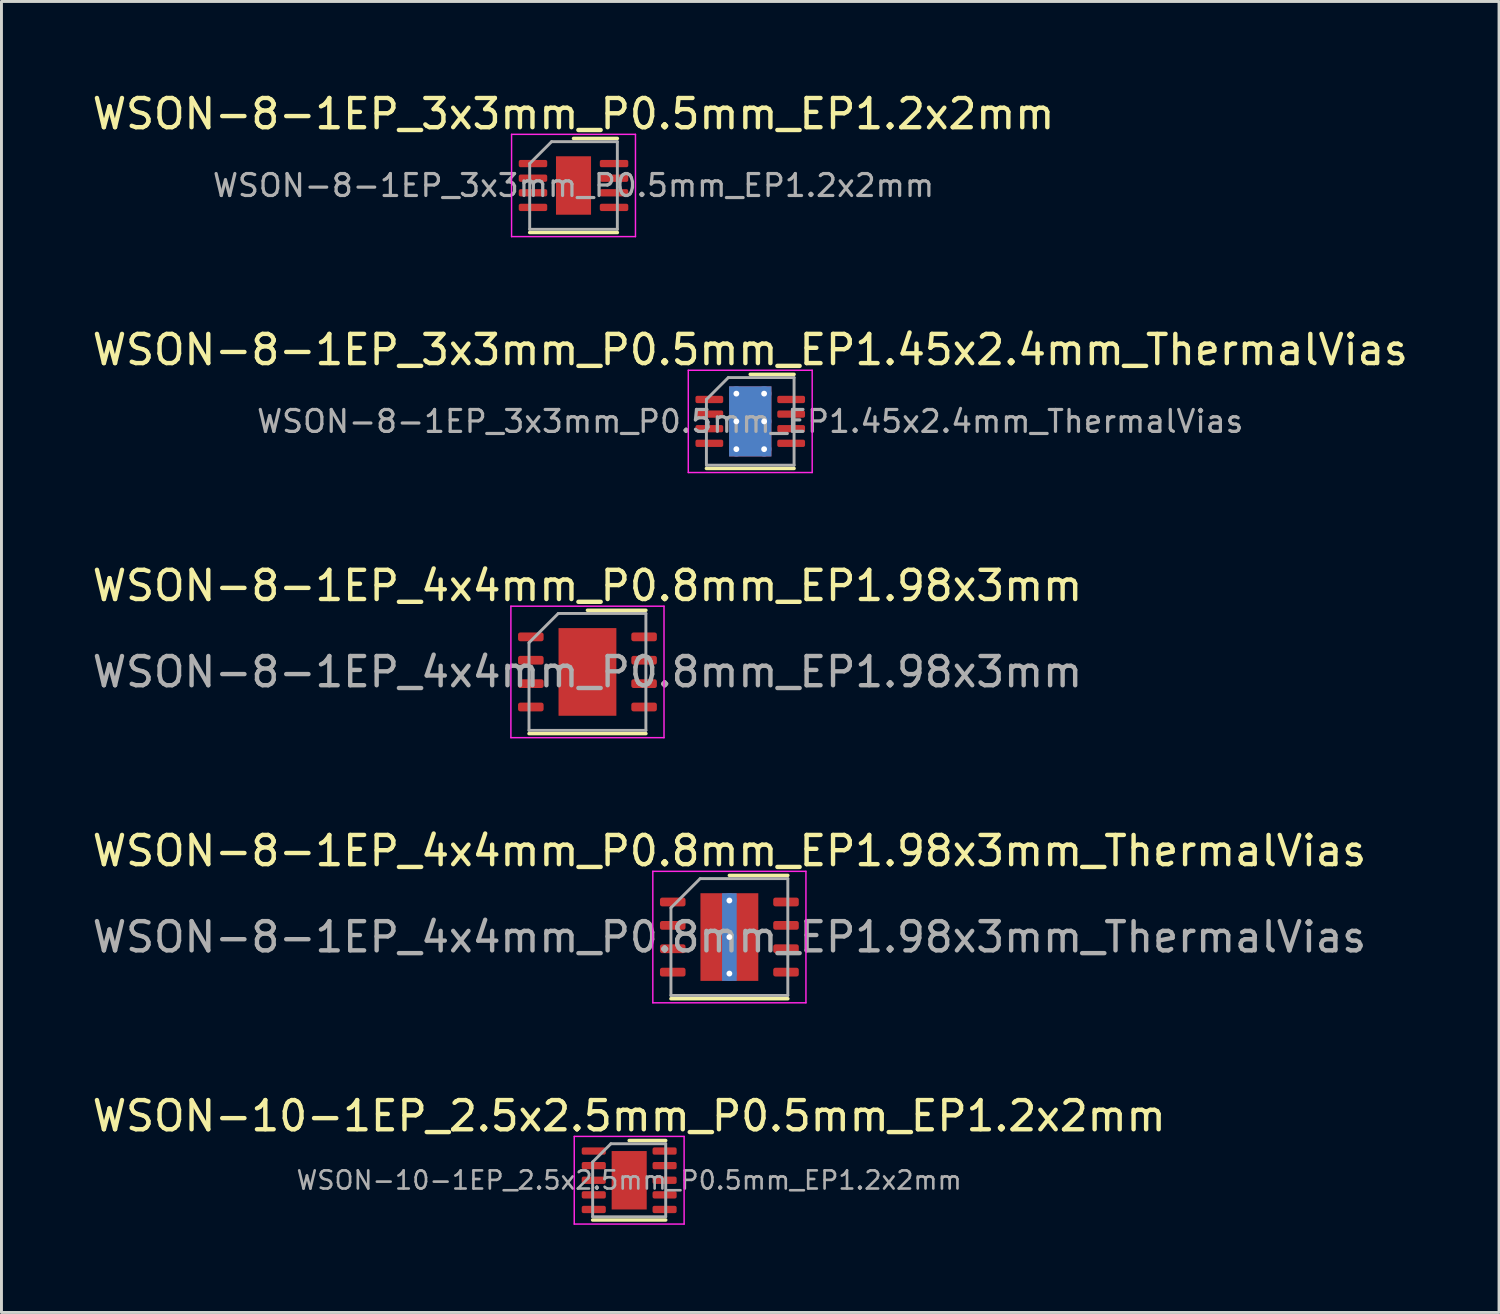
<source format=kicad_pcb>
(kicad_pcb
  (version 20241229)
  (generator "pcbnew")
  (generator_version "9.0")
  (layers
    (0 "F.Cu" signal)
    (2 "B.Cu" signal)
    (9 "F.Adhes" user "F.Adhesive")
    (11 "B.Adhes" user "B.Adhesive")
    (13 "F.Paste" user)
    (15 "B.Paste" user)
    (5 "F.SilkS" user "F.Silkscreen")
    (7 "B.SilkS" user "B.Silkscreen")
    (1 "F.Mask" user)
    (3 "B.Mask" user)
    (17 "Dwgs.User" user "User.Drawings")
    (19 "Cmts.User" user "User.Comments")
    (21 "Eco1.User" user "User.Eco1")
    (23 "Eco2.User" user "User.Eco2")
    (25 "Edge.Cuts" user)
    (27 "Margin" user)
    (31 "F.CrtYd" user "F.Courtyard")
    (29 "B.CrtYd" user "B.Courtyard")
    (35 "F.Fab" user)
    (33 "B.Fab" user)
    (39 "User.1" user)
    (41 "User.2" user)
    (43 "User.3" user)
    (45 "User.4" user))
  (footprint "WSON-8-1EP_3x3mm_P0.5mm_EP1.2x2mm"
    (layer "F.Cu")
    (at 16.577 3.298)
    (property "Reference" "WSON-8-1EP_3x3mm_P0.5mm_EP1.2x2mm" (at 0 -2.45 0) (layer "F.SilkS") (effects (font (size 1 1) (thickness 0.15))))
    (attr smd)
    (fp_line (start -1.5 1.61) (end 1.5 1.61) (stroke (width 0.12) (type solid)) (layer "F.SilkS"))
    (fp_line (start 0 -1.61) (end 1.5 -1.61) (stroke (width 0.12) (type solid)) (layer "F.SilkS"))
    (fp_line (start -2.12 -1.75) (end -2.12 1.75) (stroke (width 0.05) (type solid)) (layer "F.CrtYd"))
    (fp_line (start -2.12 1.75) (end 2.12 1.75) (stroke (width 0.05) (type solid)) (layer "F.CrtYd"))
    (fp_line (start 2.12 -1.75) (end -2.12 -1.75) (stroke (width 0.05) (type solid)) (layer "F.CrtYd"))
    (fp_line (start 2.12 1.75) (end 2.12 -1.75) (stroke (width 0.05) (type solid)) (layer "F.CrtYd"))
    (fp_line (start -1.5 -0.75) (end -0.75 -1.5) (stroke (width 0.1) (type solid)) (layer "F.Fab"))
    (fp_line (start -1.5 1.5) (end -1.5 -0.75) (stroke (width 0.1) (type solid)) (layer "F.Fab"))
    (fp_line (start -0.75 -1.5) (end 1.5 -1.5) (stroke (width 0.1) (type solid)) (layer "F.Fab"))
    (fp_line (start 1.5 -1.5) (end 1.5 1.5) (stroke (width 0.1) (type solid)) (layer "F.Fab"))
    (fp_line (start 1.5 1.5) (end -1.5 1.5) (stroke (width 0.1) (type solid)) (layer "F.Fab"))
    (fp_text user "${REFERENCE}" (at 0 0 0) (layer "F.Fab") (effects (font (size 0.75 0.75) (thickness 0.11))))
    (pad "" smd roundrect (at 0 -0.5) (size 0.97 0.81) (layers "F.Paste") (roundrect_rratio 0.25))
    (pad "" smd roundrect (at 0 0.5) (size 0.97 0.81) (layers "F.Paste") (roundrect_rratio 0.25))
    (pad "1" smd roundrect (at -1.387 -0.75) (size 0.975 0.25) (layers "F.Cu" "F.Mask" "F.Paste") (roundrect_rratio 0.25))
    (pad "2" smd roundrect (at -1.387 -0.25) (size 0.975 0.25) (layers "F.Cu" "F.Mask" "F.Paste") (roundrect_rratio 0.25))
    (pad "3" smd roundrect (at -1.387 0.25) (size 0.975 0.25) (layers "F.Cu" "F.Mask" "F.Paste") (roundrect_rratio 0.25))
    (pad "4" smd roundrect (at -1.387 0.75) (size 0.975 0.25) (layers "F.Cu" "F.Mask" "F.Paste") (roundrect_rratio 0.25))
    (pad "5" smd roundrect (at 1.387 0.75) (size 0.975 0.25) (layers "F.Cu" "F.Mask" "F.Paste") (roundrect_rratio 0.25))
    (pad "6" smd roundrect (at 1.387 0.25) (size 0.975 0.25) (layers "F.Cu" "F.Mask" "F.Paste") (roundrect_rratio 0.25))
    (pad "7" smd roundrect (at 1.387 -0.25) (size 0.975 0.25) (layers "F.Cu" "F.Mask" "F.Paste") (roundrect_rratio 0.25))
    (pad "8" smd roundrect (at 1.387 -0.75) (size 0.975 0.25) (layers "F.Cu" "F.Mask" "F.Paste") (roundrect_rratio 0.25))
    (pad "9" smd rect (at 0 0) (size 1.2 2) (layers "F.Cu" "F.Mask")))
  (footprint "WSON-10-1EP_2.5x2.5mm_P0.5mm_EP1.2x2mm"
    (layer "F.Cu")
    (at 18.482 37.341)
    (property "Reference" "WSON-10-1EP_2.5x2.5mm_P0.5mm_EP1.2x2mm" (at 0 -2.2 0) (layer "F.SilkS") (effects (font (size 1 1) (thickness 0.15))))
    (attr smd)
    (fp_line (start -1.25 1.36) (end 1.25 1.36) (stroke (width 0.12) (type solid)) (layer "F.SilkS"))
    (fp_line (start 0 -1.36) (end 1.25 -1.36) (stroke (width 0.12) (type solid)) (layer "F.SilkS"))
    (fp_line (start -1.88 -1.5) (end -1.88 1.5) (stroke (width 0.05) (type solid)) (layer "F.CrtYd"))
    (fp_line (start -1.88 1.5) (end 1.88 1.5) (stroke (width 0.05) (type solid)) (layer "F.CrtYd"))
    (fp_line (start 1.88 -1.5) (end -1.88 -1.5) (stroke (width 0.05) (type solid)) (layer "F.CrtYd"))
    (fp_line (start 1.88 1.5) (end 1.88 -1.5) (stroke (width 0.05) (type solid)) (layer "F.CrtYd"))
    (fp_line (start -1.25 -0.625) (end -0.625 -1.25) (stroke (width 0.1) (type solid)) (layer "F.Fab"))
    (fp_line (start -1.25 1.25) (end -1.25 -0.625) (stroke (width 0.1) (type solid)) (layer "F.Fab"))
    (fp_line (start -0.625 -1.25) (end 1.25 -1.25) (stroke (width 0.1) (type solid)) (layer "F.Fab"))
    (fp_line (start 1.25 -1.25) (end 1.25 1.25) (stroke (width 0.1) (type solid)) (layer "F.Fab"))
    (fp_line (start 1.25 1.25) (end -1.25 1.25) (stroke (width 0.1) (type solid)) (layer "F.Fab"))
    (fp_text user "${REFERENCE}" (at 0 0 0) (layer "F.Fab") (effects (font (size 0.62 0.62) (thickness 0.09))))
    (pad "" smd roundrect (at -0.3 -0.5) (size 0.48 0.81) (layers "F.Paste") (roundrect_rratio 0.25))
    (pad "" smd roundrect (at -0.3 0.5) (size 0.48 0.81) (layers "F.Paste") (roundrect_rratio 0.25))
    (pad "" smd roundrect (at 0.3 -0.5) (size 0.48 0.81) (layers "F.Paste") (roundrect_rratio 0.25))
    (pad "" smd roundrect (at 0.3 0.5) (size 0.48 0.81) (layers "F.Paste") (roundrect_rratio 0.25))
    (pad "1" smd roundrect (at -1.212 -1) (size 0.825 0.25) (layers "F.Cu" "F.Mask" "F.Paste") (roundrect_rratio 0.25))
    (pad "2" smd roundrect (at -1.212 -0.5) (size 0.825 0.25) (layers "F.Cu" "F.Mask" "F.Paste") (roundrect_rratio 0.25))
    (pad "3" smd roundrect (at -1.212 0) (size 0.825 0.25) (layers "F.Cu" "F.Mask" "F.Paste") (roundrect_rratio 0.25))
    (pad "4" smd roundrect (at -1.212 0.5) (size 0.825 0.25) (layers "F.Cu" "F.Mask" "F.Paste") (roundrect_rratio 0.25))
    (pad "5" smd roundrect (at -1.212 1) (size 0.825 0.25) (layers "F.Cu" "F.Mask" "F.Paste") (roundrect_rratio 0.25))
    (pad "6" smd roundrect (at 1.212 1) (size 0.825 0.25) (layers "F.Cu" "F.Mask" "F.Paste") (roundrect_rratio 0.25))
    (pad "7" smd roundrect (at 1.212 0.5) (size 0.825 0.25) (layers "F.Cu" "F.Mask" "F.Paste") (roundrect_rratio 0.25))
    (pad "8" smd roundrect (at 1.212 0) (size 0.825 0.25) (layers "F.Cu" "F.Mask" "F.Paste") (roundrect_rratio 0.25))
    (pad "9" smd roundrect (at 1.212 -0.5) (size 0.825 0.25) (layers "F.Cu" "F.Mask" "F.Paste") (roundrect_rratio 0.25))
    (pad "10" smd roundrect (at 1.212 -1) (size 0.825 0.25) (layers "F.Cu" "F.Mask" "F.Paste") (roundrect_rratio 0.25))
    (pad "11" smd rect (at 0 0) (size 1.2 2) (layers "F.Cu" "F.Mask")))
  (footprint "WSON-8-1EP_3x3mm_P0.5mm_EP1.45x2.4mm_ThermalVias"
    (layer "F.Cu")
    (at 22.625 11.371)
    (property "Reference" "WSON-8-1EP_3x3mm_P0.5mm_EP1.45x2.4mm_ThermalVias" (at 0 -2.45 0) (layer "F.SilkS") (effects (font (size 1 1) (thickness 0.15))))
    (attr smd)
    (fp_line (start -1.5 1.61) (end 1.5 1.61) (stroke (width 0.12) (type solid)) (layer "F.SilkS"))
    (fp_line (start 0 -1.61) (end 1.5 -1.61) (stroke (width 0.12) (type solid)) (layer "F.SilkS"))
    (fp_line (start -2.12 -1.75) (end -2.12 1.75) (stroke (width 0.05) (type solid)) (layer "F.CrtYd"))
    (fp_line (start -2.12 1.75) (end 2.12 1.75) (stroke (width 0.05) (type solid)) (layer "F.CrtYd"))
    (fp_line (start 2.12 -1.75) (end -2.12 -1.75) (stroke (width 0.05) (type solid)) (layer "F.CrtYd"))
    (fp_line (start 2.12 1.75) (end 2.12 -1.75) (stroke (width 0.05) (type solid)) (layer "F.CrtYd"))
    (fp_line (start -1.5 -0.75) (end -0.75 -1.5) (stroke (width 0.1) (type solid)) (layer "F.Fab"))
    (fp_line (start -1.5 1.5) (end -1.5 -0.75) (stroke (width 0.1) (type solid)) (layer "F.Fab"))
    (fp_line (start -0.75 -1.5) (end 1.5 -1.5) (stroke (width 0.1) (type solid)) (layer "F.Fab"))
    (fp_line (start 1.5 -1.5) (end 1.5 1.5) (stroke (width 0.1) (type solid)) (layer "F.Fab"))
    (fp_line (start 1.5 1.5) (end -1.5 1.5) (stroke (width 0.1) (type solid)) (layer "F.Fab"))
    (fp_text user "${REFERENCE}" (at 0 0 0) (layer "F.Fab") (effects (font (size 0.75 0.75) (thickness 0.11))))
    (pad "" smd roundrect (at 0 -0.6) (size 1.26 1.04) (layers "F.Paste") (roundrect_rratio 0.24))
    (pad "" smd roundrect (at 0 0.6) (size 1.26 1.04) (layers "F.Paste") (roundrect_rratio 0.24))
    (pad "1" smd roundrect (at -1.4 -0.75) (size 0.95 0.25) (layers "F.Cu" "F.Mask" "F.Paste") (roundrect_rratio 0.25))
    (pad "2" smd roundrect (at -1.4 -0.25) (size 0.95 0.25) (layers "F.Cu" "F.Mask" "F.Paste") (roundrect_rratio 0.25))
    (pad "3" smd roundrect (at -1.4 0.25) (size 0.95 0.25) (layers "F.Cu" "F.Mask" "F.Paste") (roundrect_rratio 0.25))
    (pad "4" smd roundrect (at -1.4 0.75) (size 0.95 0.25) (layers "F.Cu" "F.Mask" "F.Paste") (roundrect_rratio 0.25))
    (pad "5" smd roundrect (at 1.4 0.75) (size 0.95 0.25) (layers "F.Cu" "F.Mask" "F.Paste") (roundrect_rratio 0.25))
    (pad "6" smd roundrect (at 1.4 0.25) (size 0.95 0.25) (layers "F.Cu" "F.Mask" "F.Paste") (roundrect_rratio 0.25))
    (pad "7" smd roundrect (at 1.4 -0.25) (size 0.95 0.25) (layers "F.Cu" "F.Mask" "F.Paste") (roundrect_rratio 0.25))
    (pad "8" smd roundrect (at 1.4 -0.75) (size 0.95 0.25) (layers "F.Cu" "F.Mask" "F.Paste") (roundrect_rratio 0.25))
    (pad "9" thru_hole circle (at -0.475 -0.95) (size 0.5 0.5) (drill 0.2) (layers "*.Cu"))
    (pad "9" thru_hole circle (at -0.475 0) (size 0.5 0.5) (drill 0.2) (layers "*.Cu"))
    (pad "9" thru_hole circle (at -0.475 0.95) (size 0.5 0.5) (drill 0.2) (layers "*.Cu"))
    (pad "9" smd rect (at 0 0) (size 1.45 2.4) (layers "F.Cu" "F.Mask"))
    (pad "9" smd rect (at 0 0) (size 1.45 2.4) (layers "B.Cu"))
    (pad "9" thru_hole circle (at 0.475 -0.95) (size 0.5 0.5) (drill 0.2) (layers "*.Cu"))
    (pad "9" thru_hole circle (at 0.475 0) (size 0.5 0.5) (drill 0.2) (layers "*.Cu"))
    (pad "9" thru_hole circle (at 0.475 0.95) (size 0.5 0.5) (drill 0.2) (layers "*.Cu")))
  (footprint "WSON-8-1EP_4x4mm_P0.8mm_EP1.98x3mm"
    (layer "F.Cu")
    (at 17.054 19.945)
    (property "Reference" "WSON-8-1EP_4x4mm_P0.8mm_EP1.98x3mm" (at 0 -2.95 0) (layer "F.SilkS") (effects (font (size 1 1) (thickness 0.15))))
    (attr smd)
    (fp_line (start -2 2.11) (end 2 2.11) (stroke (width 0.12) (type solid)) (layer "F.SilkS"))
    (fp_line (start 0 -2.11) (end 2 -2.11) (stroke (width 0.12) (type solid)) (layer "F.SilkS"))
    (fp_line (start -2.62 -2.25) (end -2.62 2.25) (stroke (width 0.05) (type solid)) (layer "F.CrtYd"))
    (fp_line (start -2.62 2.25) (end 2.62 2.25) (stroke (width 0.05) (type solid)) (layer "F.CrtYd"))
    (fp_line (start 2.62 -2.25) (end -2.62 -2.25) (stroke (width 0.05) (type solid)) (layer "F.CrtYd"))
    (fp_line (start 2.62 2.25) (end 2.62 -2.25) (stroke (width 0.05) (type solid)) (layer "F.CrtYd"))
    (fp_line (start -2 -1) (end -1 -2) (stroke (width 0.1) (type solid)) (layer "F.Fab"))
    (fp_line (start -2 2) (end -2 -1) (stroke (width 0.1) (type solid)) (layer "F.Fab"))
    (fp_line (start -1 -2) (end 2 -2) (stroke (width 0.1) (type solid)) (layer "F.Fab"))
    (fp_line (start 2 -2) (end 2 2) (stroke (width 0.1) (type solid)) (layer "F.Fab"))
    (fp_line (start 2 2) (end -2 2) (stroke (width 0.1) (type solid)) (layer "F.Fab"))
    (fp_text user "${REFERENCE}" (at 0 0 0) (layer "F.Fab") (effects (font (size 1 1) (thickness 0.15))))
    (pad "" smd roundrect (at -0.495 -0.75) (size 0.8 1.21) (layers "F.Paste") (roundrect_rratio 0.25))
    (pad "" smd roundrect (at -0.495 0.75) (size 0.8 1.21) (layers "F.Paste") (roundrect_rratio 0.25))
    (pad "" smd roundrect (at 0.495 -0.75) (size 0.8 1.21) (layers "F.Paste") (roundrect_rratio 0.25))
    (pad "" smd roundrect (at 0.495 0.75) (size 0.8 1.21) (layers "F.Paste") (roundrect_rratio 0.25))
    (pad "1" smd roundrect (at -1.938 -1.2) (size 0.875 0.3) (layers "F.Cu" "F.Mask" "F.Paste") (roundrect_rratio 0.25))
    (pad "2" smd roundrect (at -1.938 -0.4) (size 0.875 0.3) (layers "F.Cu" "F.Mask" "F.Paste") (roundrect_rratio 0.25))
    (pad "3" smd roundrect (at -1.938 0.4) (size 0.875 0.3) (layers "F.Cu" "F.Mask" "F.Paste") (roundrect_rratio 0.25))
    (pad "4" smd roundrect (at -1.938 1.2) (size 0.875 0.3) (layers "F.Cu" "F.Mask" "F.Paste") (roundrect_rratio 0.25))
    (pad "5" smd roundrect (at 1.938 1.2) (size 0.875 0.3) (layers "F.Cu" "F.Mask" "F.Paste") (roundrect_rratio 0.25))
    (pad "6" smd roundrect (at 1.938 0.4) (size 0.875 0.3) (layers "F.Cu" "F.Mask" "F.Paste") (roundrect_rratio 0.25))
    (pad "7" smd roundrect (at 1.938 -0.4) (size 0.875 0.3) (layers "F.Cu" "F.Mask" "F.Paste") (roundrect_rratio 0.25))
    (pad "8" smd roundrect (at 1.938 -1.2) (size 0.875 0.3) (layers "F.Cu" "F.Mask" "F.Paste") (roundrect_rratio 0.25))
    (pad "9" smd rect (at 0 0) (size 1.98 3) (layers "F.Cu" "F.Mask")))
  (footprint "WSON-8-1EP_4x4mm_P0.8mm_EP1.98x3mm_ThermalVias"
    (layer "F.Cu")
    (at 21.911 29.018)
    (property "Reference" "WSON-8-1EP_4x4mm_P0.8mm_EP1.98x3mm_ThermalVias" (at 0 -2.95 0) (layer "F.SilkS") (effects (font (size 1 1) (thickness 0.15))))
    (attr smd)
    (fp_line (start -2 2.11) (end 2 2.11) (stroke (width 0.12) (type solid)) (layer "F.SilkS"))
    (fp_line (start 0 -2.11) (end 2 -2.11) (stroke (width 0.12) (type solid)) (layer "F.SilkS"))
    (fp_line (start -2.62 -2.25) (end -2.62 2.25) (stroke (width 0.05) (type solid)) (layer "F.CrtYd"))
    (fp_line (start -2.62 2.25) (end 2.62 2.25) (stroke (width 0.05) (type solid)) (layer "F.CrtYd"))
    (fp_line (start 2.62 -2.25) (end -2.62 -2.25) (stroke (width 0.05) (type solid)) (layer "F.CrtYd"))
    (fp_line (start 2.62 2.25) (end 2.62 -2.25) (stroke (width 0.05) (type solid)) (layer "F.CrtYd"))
    (fp_line (start -2 -1) (end -1 -2) (stroke (width 0.1) (type solid)) (layer "F.Fab"))
    (fp_line (start -2 2) (end -2 -1) (stroke (width 0.1) (type solid)) (layer "F.Fab"))
    (fp_line (start -1 -2) (end 2 -2) (stroke (width 0.1) (type solid)) (layer "F.Fab"))
    (fp_line (start 2 -2) (end 2 2) (stroke (width 0.1) (type solid)) (layer "F.Fab"))
    (fp_line (start 2 2) (end -2 2) (stroke (width 0.1) (type solid)) (layer "F.Fab"))
    (fp_text user "${REFERENCE}" (at 0 0 0) (layer "F.Fab") (effects (font (size 1 1) (thickness 0.15))))
    (pad "" smd roundrect (at -0.495 -0.625) (size 0.798 1.008) (layers "F.Paste") (roundrect_rratio 0.25))
    (pad "" smd roundrect (at -0.495 0.625) (size 0.798 1.008) (layers "F.Paste") (roundrect_rratio 0.25))
    (pad "" smd roundrect (at 0.495 -0.625) (size 0.798 1.008) (layers "F.Paste") (roundrect_rratio 0.25))
    (pad "" smd roundrect (at 0.495 0.625) (size 0.798 1.008) (layers "F.Paste") (roundrect_rratio 0.25))
    (pad "1" smd roundrect (at -1.938 -1.2) (size 0.875 0.3) (layers "F.Cu" "F.Mask" "F.Paste") (roundrect_rratio 0.25))
    (pad "2" smd roundrect (at -1.938 -0.4) (size 0.875 0.3) (layers "F.Cu" "F.Mask" "F.Paste") (roundrect_rratio 0.25))
    (pad "3" smd roundrect (at -1.938 0.4) (size 0.875 0.3) (layers "F.Cu" "F.Mask" "F.Paste") (roundrect_rratio 0.25))
    (pad "4" smd roundrect (at -1.938 1.2) (size 0.875 0.3) (layers "F.Cu" "F.Mask" "F.Paste") (roundrect_rratio 0.25))
    (pad "5" smd roundrect (at 1.938 1.2) (size 0.875 0.3) (layers "F.Cu" "F.Mask" "F.Paste") (roundrect_rratio 0.25))
    (pad "6" smd roundrect (at 1.938 0.4) (size 0.875 0.3) (layers "F.Cu" "F.Mask" "F.Paste") (roundrect_rratio 0.25))
    (pad "7" smd roundrect (at 1.938 -0.4) (size 0.875 0.3) (layers "F.Cu" "F.Mask" "F.Paste") (roundrect_rratio 0.25))
    (pad "8" smd roundrect (at 1.938 -1.2) (size 0.875 0.3) (layers "F.Cu" "F.Mask" "F.Paste") (roundrect_rratio 0.25))
    (pad "9" thru_hole circle (at 0 -1.25) (size 0.5 0.5) (drill 0.2) (layers "*.Cu"))
    (pad "9" thru_hole circle (at 0 0) (size 0.5 0.5) (drill 0.2) (layers "*.Cu"))
    (pad "9" smd rect (at 0 0) (size 0.5 3) (layers "B.Cu"))
    (pad "9" smd rect (at 0 0) (size 1.98 3) (layers "F.Cu" "F.Mask"))
    (pad "9" thru_hole circle (at 0 1.25) (size 0.5 0.5) (drill 0.2) (layers "*.Cu")))
  (gr_rect
    (start -3 -3)
    (end 48.25 41.866)
    (stroke (width 0.1) (type default))
    (fill no)
    (layer "Edge.Cuts")))
</source>
